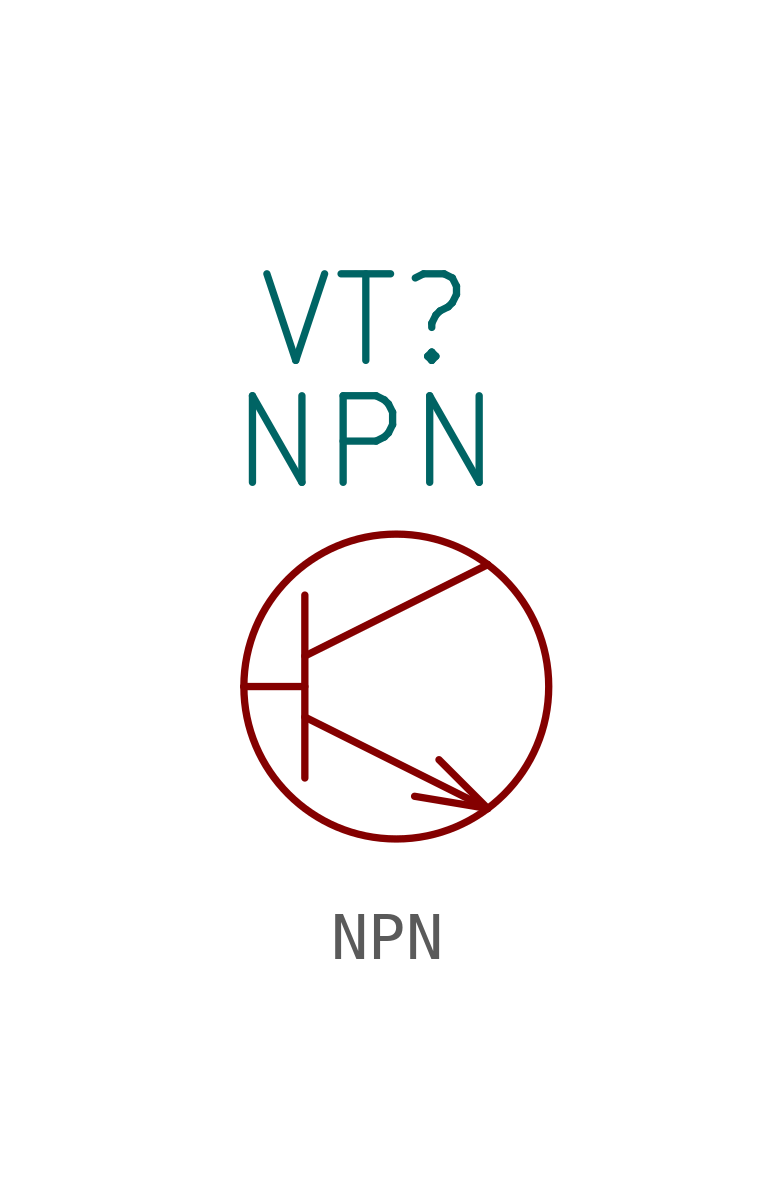
<source format=kicad_sym>
(kicad_symbol_lib
  (version 20211014)
  (generator kicad_symbol_editor)
  (symbol "NPN"
    (pin_numbers hide)
    (pin_names
      (offset 0))
    (property "Reference" "VT"
      (at 2.54 7.62 0)
      (effects (font (size 1.803 1.803))))
    (property "Value" "NPN"
      (at 2.54 5.08 0)
      (effects (font (size 1.803 1.803))))
    (property "Footprint" ""
      (at 0 0 0)
      (effects (font (size 1.524 1.524))))
    (property "Datasheet" ""
      (at 0 0 0)
      (effects (font (size 1.524 1.524))))
    (symbol "NPN_0_1"
      (polyline (pts (xy 1.27 0) (xy 0 0)) (stroke (width 0) (type default) (color 0 0 0 0)) (fill (type none)))
      (polyline (pts (xy 1.27 0.635) (xy 5.08 2.54)) (stroke (width 0) (type default) (color 0 0 0 0)) (fill (type none)))
      (polyline (pts (xy 1.27 1.905) (xy 1.27 -1.905)) (stroke (width 0) (type default) (color 0 0 0 0)) (fill (type none)))
      (polyline (pts (xy 5.08 -2.54) (xy 1.27 -0.635)) (stroke (width 0) (type default) (color 0 0 0 0)) (fill (type none)))
      (polyline (pts (xy 5.08 -2.54) (xy 3.556 -2.286)) (stroke (width 0) (type default) (color 0 0 0 0)) (fill (type none)))
      (polyline (pts (xy 5.08 -2.54) (xy 4.064 -1.524)) (stroke (width 0) (type default) (color 0 0 0 0)) (fill (type none)))
      (circle (center 3.175 0) (radius 3.175) (stroke (width 0) (type default) (color 0 0 0 0)) (fill (type none))))
    (symbol "NPN_1_1"
      (pin output line (at 5.08 -2.54 180) (length 0) (name "~" (effects (font (size 1.27 1.27)))) (number "1" (effects (font (size 1.27 1.27)))))
      (pin input line (at 0 0 0) (length 0) (name "~" (effects (font (size 1.27 1.27)))) (number "2" (effects (font (size 1.27 1.27)))))
      (pin input line (at 5.08 2.54 180) (length 0) (name "~" (effects (font (size 1.27 1.27)))) (number "3" (effects (font (size 1.27 1.27))))))))
</source>
